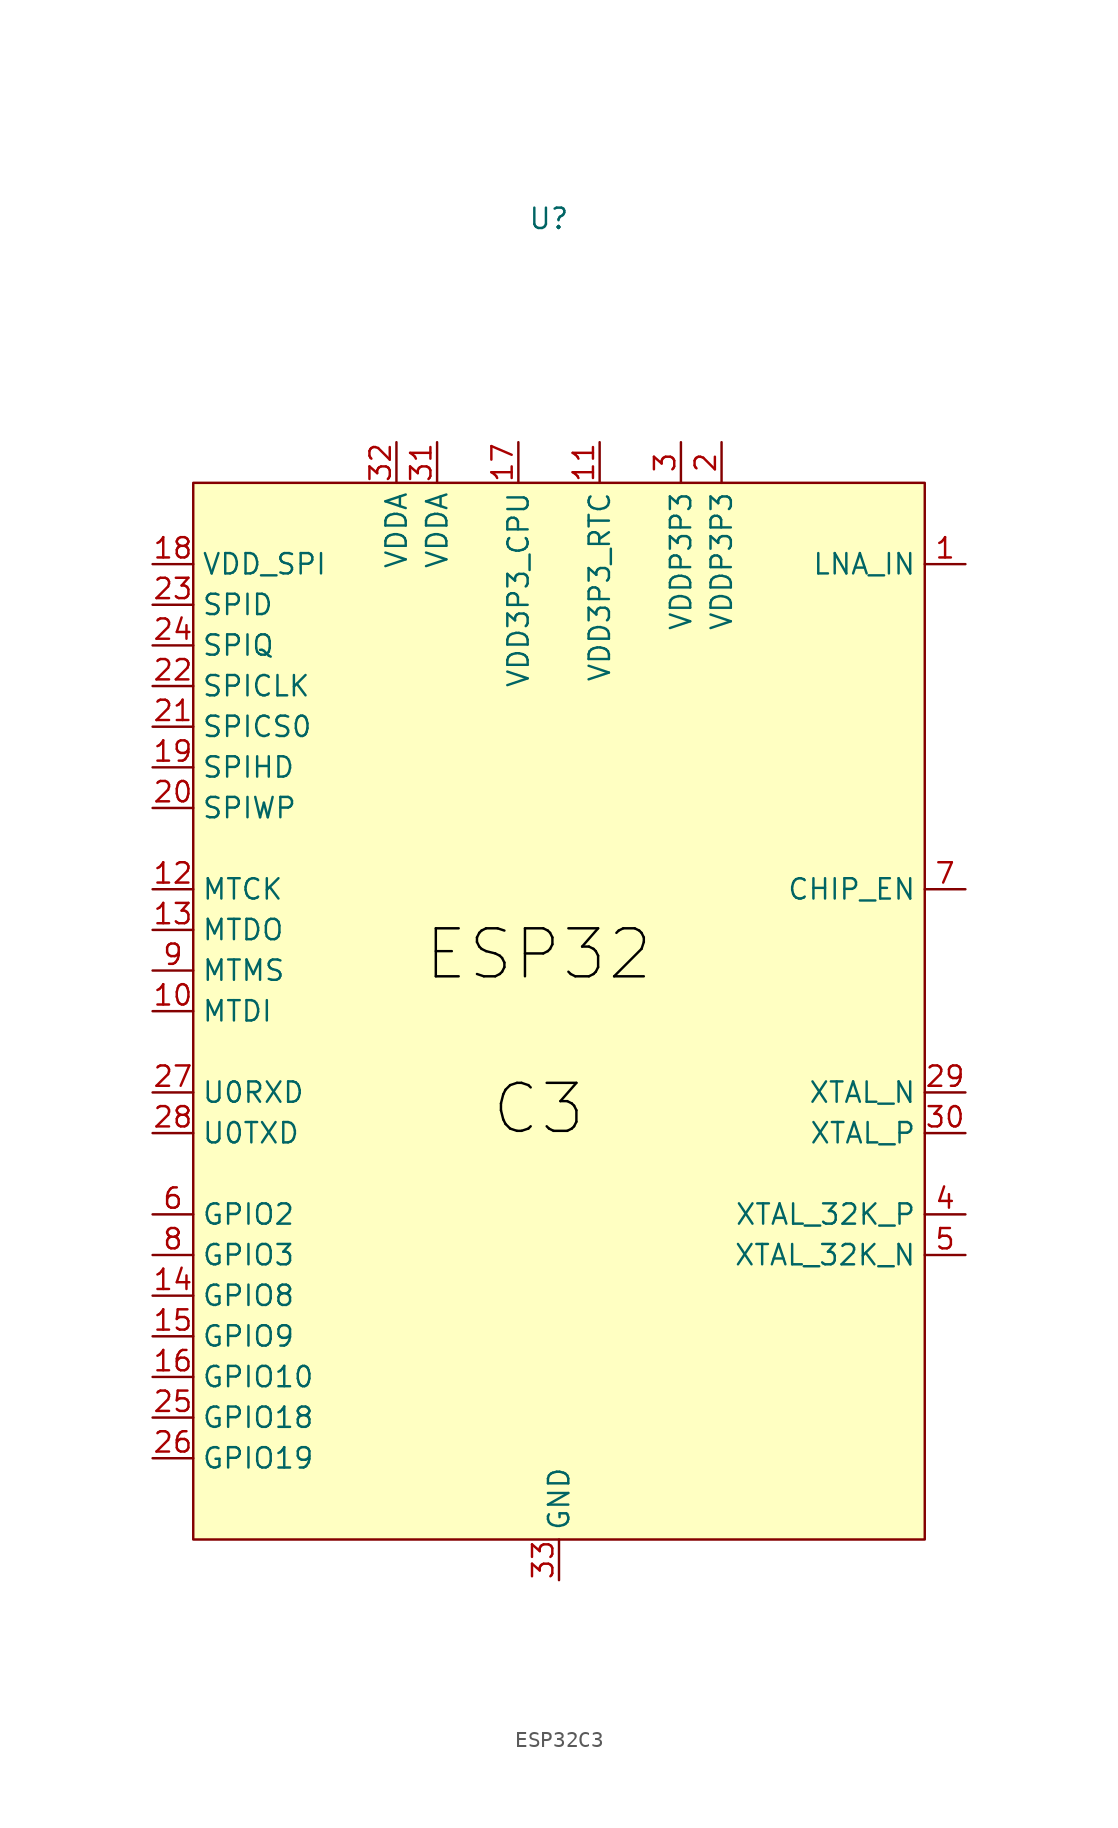
<source format=kicad_sym>
(kicad_symbol_lib
  (version 20220914)
  (generator kicad_symbol_editor)
  (symbol "ESP32C3"
    (property "Reference" "U"
      (at 24.765 16.51 0)
      (effects (font (size 1.27 1.27))))
    (symbol "ESP32C3_1_1"
      (rectangle (start 2.54 0) (end 48.26 -66.04) (stroke (width 0) (type default)) (fill (type background)))
      (text "ESP32\n\nC3" (at 24.13 -34.29 0) (effects (font (size 3 3) (color 0 0 0 1))))
      (pin input line (at 50.8 -5.08 180) (length 2.54) (name "LNA_IN" (effects (font (size 1.27 1.27)))) (number "1" (effects (font (size 1.27 1.27)))))
      (pin bidirectional line (at 0 -33.02 0) (length 2.54) (name "MTDI" (effects (font (size 1.27 1.27)))) (number "10" (effects (font (size 1.27 1.27)))))
      (pin power_in line (at 27.94 2.54 270) (length 2.54) (name "VDD3P3_RTC" (effects (font (size 1.27 1.27)))) (number "11" (effects (font (size 1.27 1.27)))))
      (pin bidirectional line (at 0 -25.4 0) (length 2.54) (name "MTCK" (effects (font (size 1.27 1.27)))) (number "12" (effects (font (size 1.27 1.27)))))
      (pin bidirectional line (at 0 -27.94 0) (length 2.54) (name "MTDO" (effects (font (size 1.27 1.27)))) (number "13" (effects (font (size 1.27 1.27)))))
      (pin bidirectional line (at 0 -50.8 0) (length 2.54) (name "GPIO8" (effects (font (size 1.27 1.27)))) (number "14" (effects (font (size 1.27 1.27)))))
      (pin bidirectional line (at 0 -53.34 0) (length 2.54) (name "GPIO9" (effects (font (size 1.27 1.27)))) (number "15" (effects (font (size 1.27 1.27)))))
      (pin bidirectional line (at 0 -55.88 0) (length 2.54) (name "GPIO10" (effects (font (size 1.27 1.27)))) (number "16" (effects (font (size 1.27 1.27)))))
      (pin power_in line (at 22.86 2.54 270) (length 2.54) (name "VDD3P3_CPU" (effects (font (size 1.27 1.27)))) (number "17" (effects (font (size 1.27 1.27)))))
      (pin power_in line (at 0 -5.08 0) (length 2.54) (name "VDD_SPI" (effects (font (size 1.27 1.27)))) (number "18" (effects (font (size 1.27 1.27)))))
      (pin bidirectional line (at 0 -17.78 0) (length 2.54) (name "SPIHD" (effects (font (size 1.27 1.27)))) (number "19" (effects (font (size 1.27 1.27)))))
      (pin power_in line (at 35.56 2.54 270) (length 2.54) (name "VDDP3P3" (effects (font (size 1.27 1.27)))) (number "2" (effects (font (size 1.27 1.27)))))
      (pin bidirectional line (at 0 -20.32 0) (length 2.54) (name "SPIWP" (effects (font (size 1.27 1.27)))) (number "20" (effects (font (size 1.27 1.27)))))
      (pin bidirectional line (at 0 -15.24 0) (length 2.54) (name "SPICS0" (effects (font (size 1.27 1.27)))) (number "21" (effects (font (size 1.27 1.27)))))
      (pin bidirectional line (at 0 -12.7 0) (length 2.54) (name "SPICLK" (effects (font (size 1.27 1.27)))) (number "22" (effects (font (size 1.27 1.27)))))
      (pin bidirectional line (at 0 -7.62 0) (length 2.54) (name "SPID" (effects (font (size 1.27 1.27)))) (number "23" (effects (font (size 1.27 1.27)))))
      (pin bidirectional line (at 0 -10.16 0) (length 2.54) (name "SPIQ" (effects (font (size 1.27 1.27)))) (number "24" (effects (font (size 1.27 1.27)))))
      (pin bidirectional line (at 0 -58.42 0) (length 2.54) (name "GPIO18" (effects (font (size 1.27 1.27)))) (number "25" (effects (font (size 1.27 1.27)))))
      (pin bidirectional line (at 0 -60.96 0) (length 2.54) (name "GPIO19" (effects (font (size 1.27 1.27)))) (number "26" (effects (font (size 1.27 1.27)))))
      (pin bidirectional line (at 0 -38.1 0) (length 2.54) (name "U0RXD" (effects (font (size 1.27 1.27)))) (number "27" (effects (font (size 1.27 1.27)))))
      (pin bidirectional line (at 0 -40.64 0) (length 2.54) (name "U0TXD" (effects (font (size 1.27 1.27)))) (number "28" (effects (font (size 1.27 1.27)))))
      (pin input line (at 50.8 -38.1 180) (length 2.54) (name "XTAL_N" (effects (font (size 1.27 1.27)))) (number "29" (effects (font (size 1.27 1.27)))))
      (pin power_in line (at 33.02 2.54 270) (length 2.54) (name "VDDP3P3" (effects (font (size 1.27 1.27)))) (number "3" (effects (font (size 1.27 1.27)))))
      (pin input line (at 50.8 -40.64 180) (length 2.54) (name "XTAL_P" (effects (font (size 1.27 1.27)))) (number "30" (effects (font (size 1.27 1.27)))))
      (pin power_in line (at 17.78 2.54 270) (length 2.54) (name "VDDA" (effects (font (size 1.27 1.27)))) (number "31" (effects (font (size 1.27 1.27)))))
      (pin power_in line (at 15.24 2.54 270) (length 2.54) (name "VDDA" (effects (font (size 1.27 1.27)))) (number "32" (effects (font (size 1.27 1.27)))))
      (pin power_out line (at 25.4 -68.58 90) (length 2.54) (name "GND" (effects (font (size 1.27 1.27)))) (number "33" (effects (font (size 1.27 1.27)))))
      (pin input line (at 50.8 -45.72 180) (length 2.54) (name "XTAL_32K_P" (effects (font (size 1.27 1.27)))) (number "4" (effects (font (size 1.27 1.27)))))
      (pin input line (at 50.8 -48.26 180) (length 2.54) (name "XTAL_32K_N" (effects (font (size 1.27 1.27)))) (number "5" (effects (font (size 1.27 1.27)))))
      (pin bidirectional line (at 0 -45.72 0) (length 2.54) (name "GPIO2" (effects (font (size 1.27 1.27)))) (number "6" (effects (font (size 1.27 1.27)))))
      (pin input line (at 50.8 -25.4 180) (length 2.54) (name "CHIP_EN" (effects (font (size 1.27 1.27)))) (number "7" (effects (font (size 1.27 1.27)))))
      (pin bidirectional line (at 0 -48.26 0) (length 2.54) (name "GPIO3" (effects (font (size 1.27 1.27)))) (number "8" (effects (font (size 1.27 1.27)))))
      (pin bidirectional line (at 0 -30.48 0) (length 2.54) (name "MTMS" (effects (font (size 1.27 1.27)))) (number "9" (effects (font (size 1.27 1.27))))))))
</source>
